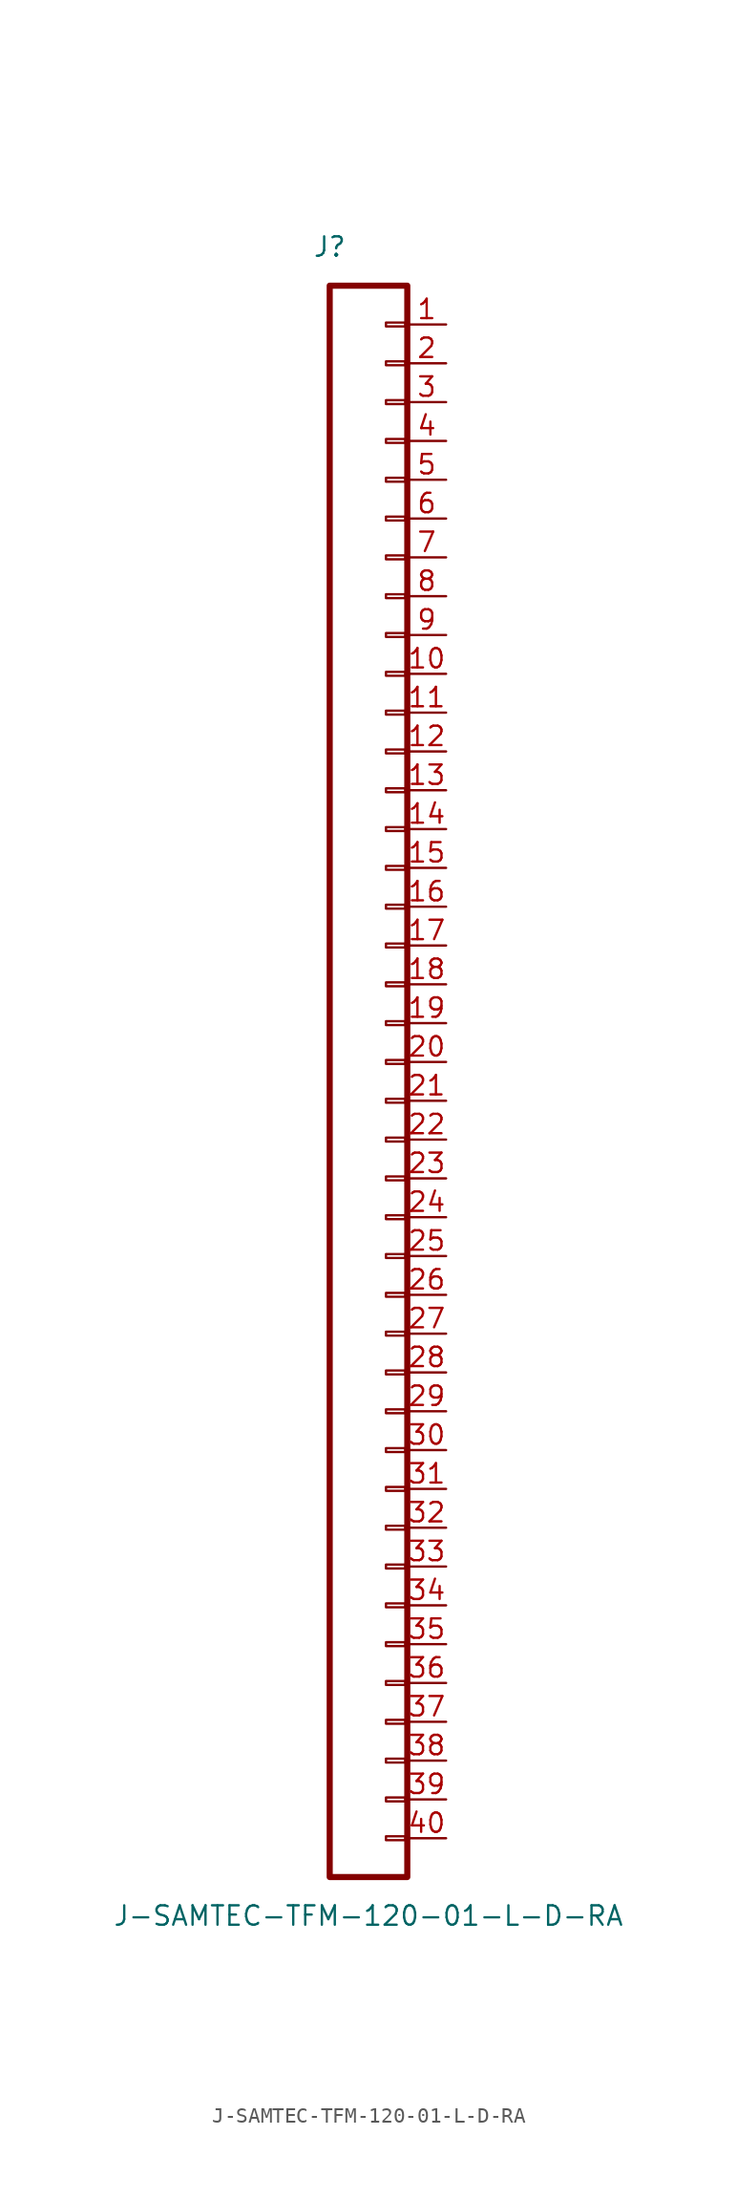
<source format=kicad_sym>
(kicad_symbol_lib
  (version 20211014)
  (generator kicad_symbol_editor)
  (symbol "J-SAMTEC-TFM-120-01-L-D-RA"
    (pin_names hide)
    (property "Reference" "J"
      (at -2.54 53.34 0)
      (effects (font (size 1.27 1.27))))
    (property "Value" "J-SAMTEC-TFM-120-01-L-D-RA"
      (at 0 -55.88 0)
      (effects (font (size 1.27 1.27))))
    (symbol "J-SAMTEC-TFM-120-01-L-D-RA_0_1"
      (rectangle (start -2.54 50.8) (end 2.54 -53.34) (stroke (width 0.4) (type default) (color 0 0 0 0)) (fill (type none)))
      (rectangle (start 2.413 -50.673) (end 1.143 -50.927) (stroke (width 0.152) (type default) (color 0 0 0 0)) (fill (type none)))
      (rectangle (start 2.413 -48.133) (end 1.143 -48.387) (stroke (width 0.152) (type default) (color 0 0 0 0)) (fill (type none)))
      (rectangle (start 2.413 -45.593) (end 1.143 -45.847) (stroke (width 0.152) (type default) (color 0 0 0 0)) (fill (type none)))
      (rectangle (start 2.413 -43.053) (end 1.143 -43.307) (stroke (width 0.152) (type default) (color 0 0 0 0)) (fill (type none)))
      (rectangle (start 2.413 -40.513) (end 1.143 -40.767) (stroke (width 0.152) (type default) (color 0 0 0 0)) (fill (type none)))
      (rectangle (start 2.413 -37.973) (end 1.143 -38.227) (stroke (width 0.152) (type default) (color 0 0 0 0)) (fill (type none)))
      (rectangle (start 2.413 -35.433) (end 1.143 -35.687) (stroke (width 0.152) (type default) (color 0 0 0 0)) (fill (type none)))
      (rectangle (start 2.413 -32.893) (end 1.143 -33.147) (stroke (width 0.152) (type default) (color 0 0 0 0)) (fill (type none)))
      (rectangle (start 2.413 -30.353) (end 1.143 -30.607) (stroke (width 0.152) (type default) (color 0 0 0 0)) (fill (type none)))
      (rectangle (start 2.413 -27.813) (end 1.143 -28.067) (stroke (width 0.152) (type default) (color 0 0 0 0)) (fill (type none)))
      (rectangle (start 2.413 -25.273) (end 1.143 -25.527) (stroke (width 0.152) (type default) (color 0 0 0 0)) (fill (type none)))
      (rectangle (start 2.413 -22.733) (end 1.143 -22.987) (stroke (width 0.152) (type default) (color 0 0 0 0)) (fill (type none)))
      (rectangle (start 2.413 -20.193) (end 1.143 -20.447) (stroke (width 0.152) (type default) (color 0 0 0 0)) (fill (type none)))
      (rectangle (start 2.413 -17.653) (end 1.143 -17.907) (stroke (width 0.152) (type default) (color 0 0 0 0)) (fill (type none)))
      (rectangle (start 2.413 -15.113) (end 1.143 -15.367) (stroke (width 0.152) (type default) (color 0 0 0 0)) (fill (type none)))
      (rectangle (start 2.413 -12.573) (end 1.143 -12.827) (stroke (width 0.152) (type default) (color 0 0 0 0)) (fill (type none)))
      (rectangle (start 2.413 -10.033) (end 1.143 -10.287) (stroke (width 0.152) (type default) (color 0 0 0 0)) (fill (type none)))
      (rectangle (start 2.413 -7.493) (end 1.143 -7.747) (stroke (width 0.152) (type default) (color 0 0 0 0)) (fill (type none)))
      (rectangle (start 2.413 -4.953) (end 1.143 -5.207) (stroke (width 0.152) (type default) (color 0 0 0 0)) (fill (type none)))
      (rectangle (start 2.413 -2.413) (end 1.143 -2.667) (stroke (width 0.152) (type default) (color 0 0 0 0)) (fill (type none)))
      (rectangle (start 2.413 0.127) (end 1.143 -0.127) (stroke (width 0.152) (type default) (color 0 0 0 0)) (fill (type none)))
      (rectangle (start 2.413 2.667) (end 1.143 2.413) (stroke (width 0.152) (type default) (color 0 0 0 0)) (fill (type none)))
      (rectangle (start 2.413 5.207) (end 1.143 4.953) (stroke (width 0.152) (type default) (color 0 0 0 0)) (fill (type none)))
      (rectangle (start 2.413 7.747) (end 1.143 7.493) (stroke (width 0.152) (type default) (color 0 0 0 0)) (fill (type none)))
      (rectangle (start 2.413 10.287) (end 1.143 10.033) (stroke (width 0.152) (type default) (color 0 0 0 0)) (fill (type none)))
      (rectangle (start 2.413 12.827) (end 1.143 12.573) (stroke (width 0.152) (type default) (color 0 0 0 0)) (fill (type none)))
      (rectangle (start 2.413 15.367) (end 1.143 15.113) (stroke (width 0.152) (type default) (color 0 0 0 0)) (fill (type none)))
      (rectangle (start 2.413 17.907) (end 1.143 17.653) (stroke (width 0.152) (type default) (color 0 0 0 0)) (fill (type none)))
      (rectangle (start 2.413 20.447) (end 1.143 20.193) (stroke (width 0.152) (type default) (color 0 0 0 0)) (fill (type none)))
      (rectangle (start 2.413 22.987) (end 1.143 22.733) (stroke (width 0.152) (type default) (color 0 0 0 0)) (fill (type none)))
      (rectangle (start 2.413 25.527) (end 1.143 25.273) (stroke (width 0.152) (type default) (color 0 0 0 0)) (fill (type none)))
      (rectangle (start 2.413 28.067) (end 1.143 27.813) (stroke (width 0.152) (type default) (color 0 0 0 0)) (fill (type none)))
      (rectangle (start 2.413 30.607) (end 1.143 30.353) (stroke (width 0.152) (type default) (color 0 0 0 0)) (fill (type none)))
      (rectangle (start 2.413 33.147) (end 1.143 32.893) (stroke (width 0.152) (type default) (color 0 0 0 0)) (fill (type none)))
      (rectangle (start 2.413 35.687) (end 1.143 35.433) (stroke (width 0.152) (type default) (color 0 0 0 0)) (fill (type none)))
      (rectangle (start 2.413 38.227) (end 1.143 37.973) (stroke (width 0.152) (type default) (color 0 0 0 0)) (fill (type none)))
      (rectangle (start 2.413 40.767) (end 1.143 40.513) (stroke (width 0.152) (type default) (color 0 0 0 0)) (fill (type none)))
      (rectangle (start 2.413 43.307) (end 1.143 43.053) (stroke (width 0.152) (type default) (color 0 0 0 0)) (fill (type none)))
      (rectangle (start 2.413 45.847) (end 1.143 45.593) (stroke (width 0.152) (type default) (color 0 0 0 0)) (fill (type none)))
      (rectangle (start 2.413 48.387) (end 1.143 48.133) (stroke (width 0.152) (type default) (color 0 0 0 0)) (fill (type none))))
    (symbol "J-SAMTEC-TFM-120-01-L-D-RA_1_1"
      (pin bidirectional line (at 5.08 48.26 180) (length 2.54) (name "" (effects (font (size 1.27 1.27)))) (number "1" (effects (font (size 1.27 1.27)))))
      (pin bidirectional line (at 5.08 25.4 180) (length 2.54) (name "" (effects (font (size 1.27 1.27)))) (number "10" (effects (font (size 1.27 1.27)))))
      (pin bidirectional line (at 5.08 22.86 180) (length 2.54) (name "" (effects (font (size 1.27 1.27)))) (number "11" (effects (font (size 1.27 1.27)))))
      (pin bidirectional line (at 5.08 20.32 180) (length 2.54) (name "" (effects (font (size 1.27 1.27)))) (number "12" (effects (font (size 1.27 1.27)))))
      (pin bidirectional line (at 5.08 17.78 180) (length 2.54) (name "" (effects (font (size 1.27 1.27)))) (number "13" (effects (font (size 1.27 1.27)))))
      (pin bidirectional line (at 5.08 15.24 180) (length 2.54) (name "" (effects (font (size 1.27 1.27)))) (number "14" (effects (font (size 1.27 1.27)))))
      (pin bidirectional line (at 5.08 12.7 180) (length 2.54) (name "" (effects (font (size 1.27 1.27)))) (number "15" (effects (font (size 1.27 1.27)))))
      (pin bidirectional line (at 5.08 10.16 180) (length 2.54) (name "" (effects (font (size 1.27 1.27)))) (number "16" (effects (font (size 1.27 1.27)))))
      (pin bidirectional line (at 5.08 7.62 180) (length 2.54) (name "" (effects (font (size 1.27 1.27)))) (number "17" (effects (font (size 1.27 1.27)))))
      (pin bidirectional line (at 5.08 5.08 180) (length 2.54) (name "" (effects (font (size 1.27 1.27)))) (number "18" (effects (font (size 1.27 1.27)))))
      (pin bidirectional line (at 5.08 2.54 180) (length 2.54) (name "" (effects (font (size 1.27 1.27)))) (number "19" (effects (font (size 1.27 1.27)))))
      (pin bidirectional line (at 5.08 45.72 180) (length 2.54) (name "" (effects (font (size 1.27 1.27)))) (number "2" (effects (font (size 1.27 1.27)))))
      (pin bidirectional line (at 5.08 0 180) (length 2.54) (name "" (effects (font (size 1.27 1.27)))) (number "20" (effects (font (size 1.27 1.27)))))
      (pin bidirectional line (at 5.08 -2.54 180) (length 2.54) (name "" (effects (font (size 1.27 1.27)))) (number "21" (effects (font (size 1.27 1.27)))))
      (pin bidirectional line (at 5.08 -5.08 180) (length 2.54) (name "" (effects (font (size 1.27 1.27)))) (number "22" (effects (font (size 1.27 1.27)))))
      (pin bidirectional line (at 5.08 -7.62 180) (length 2.54) (name "" (effects (font (size 1.27 1.27)))) (number "23" (effects (font (size 1.27 1.27)))))
      (pin bidirectional line (at 5.08 -10.16 180) (length 2.54) (name "" (effects (font (size 1.27 1.27)))) (number "24" (effects (font (size 1.27 1.27)))))
      (pin bidirectional line (at 5.08 -12.7 180) (length 2.54) (name "" (effects (font (size 1.27 1.27)))) (number "25" (effects (font (size 1.27 1.27)))))
      (pin bidirectional line (at 5.08 -15.24 180) (length 2.54) (name "" (effects (font (size 1.27 1.27)))) (number "26" (effects (font (size 1.27 1.27)))))
      (pin bidirectional line (at 5.08 -17.78 180) (length 2.54) (name "" (effects (font (size 1.27 1.27)))) (number "27" (effects (font (size 1.27 1.27)))))
      (pin bidirectional line (at 5.08 -20.32 180) (length 2.54) (name "" (effects (font (size 1.27 1.27)))) (number "28" (effects (font (size 1.27 1.27)))))
      (pin bidirectional line (at 5.08 -22.86 180) (length 2.54) (name "" (effects (font (size 1.27 1.27)))) (number "29" (effects (font (size 1.27 1.27)))))
      (pin bidirectional line (at 5.08 43.18 180) (length 2.54) (name "" (effects (font (size 1.27 1.27)))) (number "3" (effects (font (size 1.27 1.27)))))
      (pin bidirectional line (at 5.08 -25.4 180) (length 2.54) (name "" (effects (font (size 1.27 1.27)))) (number "30" (effects (font (size 1.27 1.27)))))
      (pin bidirectional line (at 5.08 -27.94 180) (length 2.54) (name "" (effects (font (size 1.27 1.27)))) (number "31" (effects (font (size 1.27 1.27)))))
      (pin bidirectional line (at 5.08 -30.48 180) (length 2.54) (name "" (effects (font (size 1.27 1.27)))) (number "32" (effects (font (size 1.27 1.27)))))
      (pin bidirectional line (at 5.08 -33.02 180) (length 2.54) (name "" (effects (font (size 1.27 1.27)))) (number "33" (effects (font (size 1.27 1.27)))))
      (pin bidirectional line (at 5.08 -35.56 180) (length 2.54) (name "" (effects (font (size 1.27 1.27)))) (number "34" (effects (font (size 1.27 1.27)))))
      (pin bidirectional line (at 5.08 -38.1 180) (length 2.54) (name "" (effects (font (size 1.27 1.27)))) (number "35" (effects (font (size 1.27 1.27)))))
      (pin bidirectional line (at 5.08 -40.64 180) (length 2.54) (name "" (effects (font (size 1.27 1.27)))) (number "36" (effects (font (size 1.27 1.27)))))
      (pin bidirectional line (at 5.08 -43.18 180) (length 2.54) (name "" (effects (font (size 1.27 1.27)))) (number "37" (effects (font (size 1.27 1.27)))))
      (pin bidirectional line (at 5.08 -45.72 180) (length 2.54) (name "" (effects (font (size 1.27 1.27)))) (number "38" (effects (font (size 1.27 1.27)))))
      (pin bidirectional line (at 5.08 -48.26 180) (length 2.54) (name "" (effects (font (size 1.27 1.27)))) (number "39" (effects (font (size 1.27 1.27)))))
      (pin bidirectional line (at 5.08 40.64 180) (length 2.54) (name "" (effects (font (size 1.27 1.27)))) (number "4" (effects (font (size 1.27 1.27)))))
      (pin bidirectional line (at 5.08 -50.8 180) (length 2.54) (name "" (effects (font (size 1.27 1.27)))) (number "40" (effects (font (size 1.27 1.27)))))
      (pin bidirectional line (at 5.08 38.1 180) (length 2.54) (name "" (effects (font (size 1.27 1.27)))) (number "5" (effects (font (size 1.27 1.27)))))
      (pin bidirectional line (at 5.08 35.56 180) (length 2.54) (name "" (effects (font (size 1.27 1.27)))) (number "6" (effects (font (size 1.27 1.27)))))
      (pin bidirectional line (at 5.08 33.02 180) (length 2.54) (name "" (effects (font (size 1.27 1.27)))) (number "7" (effects (font (size 1.27 1.27)))))
      (pin bidirectional line (at 5.08 30.48 180) (length 2.54) (name "" (effects (font (size 1.27 1.27)))) (number "8" (effects (font (size 1.27 1.27)))))
      (pin bidirectional line (at 5.08 27.94 180) (length 2.54) (name "" (effects (font (size 1.27 1.27)))) (number "9" (effects (font (size 1.27 1.27))))))))
</source>
